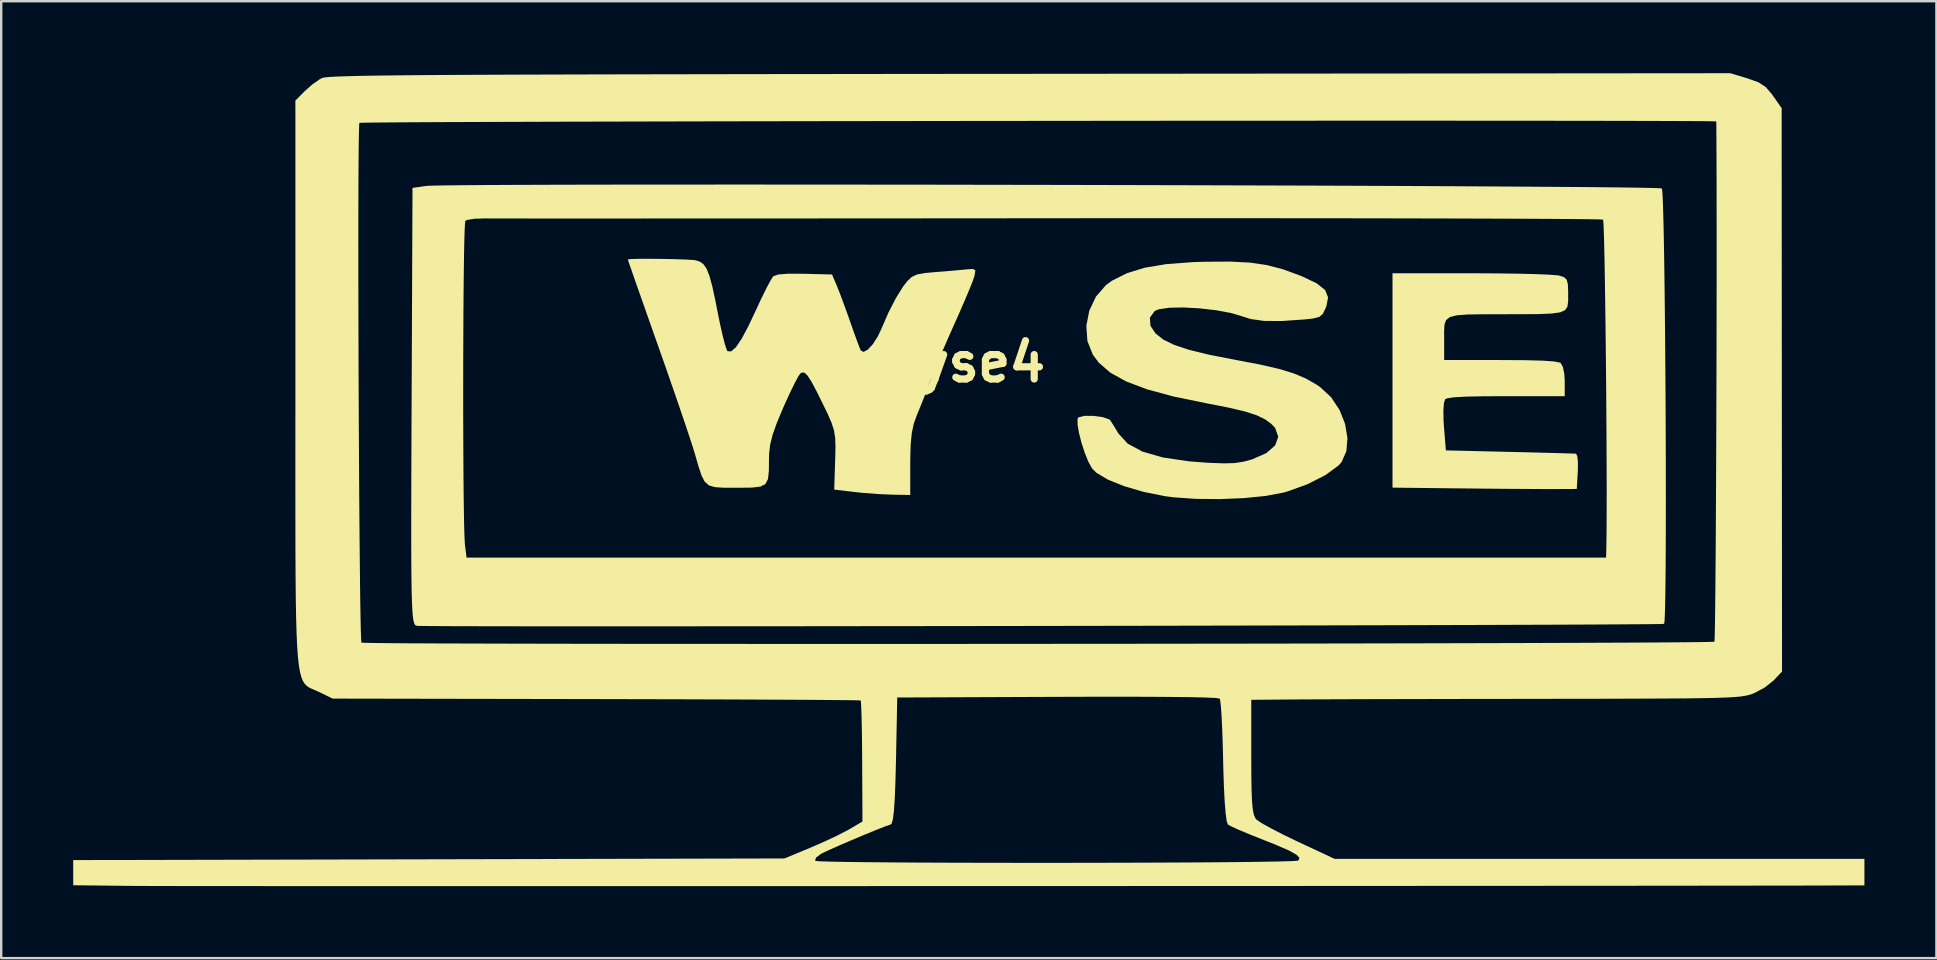
<source format=kicad_pcb>
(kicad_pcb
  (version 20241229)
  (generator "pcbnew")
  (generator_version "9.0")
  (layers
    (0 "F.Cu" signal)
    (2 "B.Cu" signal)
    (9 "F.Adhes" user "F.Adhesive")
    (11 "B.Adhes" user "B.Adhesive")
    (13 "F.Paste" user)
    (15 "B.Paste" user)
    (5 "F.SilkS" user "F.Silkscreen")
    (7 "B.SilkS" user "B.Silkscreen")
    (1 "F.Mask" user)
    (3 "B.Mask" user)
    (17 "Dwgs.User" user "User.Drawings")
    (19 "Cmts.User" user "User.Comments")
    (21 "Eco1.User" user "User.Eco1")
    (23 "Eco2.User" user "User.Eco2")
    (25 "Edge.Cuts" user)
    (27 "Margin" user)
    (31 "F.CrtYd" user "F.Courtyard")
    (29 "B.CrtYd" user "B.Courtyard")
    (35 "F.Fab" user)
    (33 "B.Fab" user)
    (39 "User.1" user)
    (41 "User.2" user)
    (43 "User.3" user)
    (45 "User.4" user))
  (footprint "Wyse4"
    (layer "F.Cu")
    (at 37.024 12.049)
    (property "Reference" "Wyse4" (at 0 0 0) (layer "F.SilkS") (effects (font (size 1.524 1.524) (thickness 0.3))))
    (attr board_only exclude_from_pos_files exclude_from_bom)
    (fp_poly (pts (xy 22.193 -3.71) (xy 23.079 -3.699) (xy 23.839 -3.681) (xy 24.428 -3.658) (xy 24.799 -3.631) (xy 24.888 -3.617) (xy 25.083 -3.551) (xy 25.193 -3.449) (xy 25.243 -3.261) (xy 25.256 -2.935) (xy 25.256 -2.825) (xy 25.255 -2.536) (xy 25.225 -2.325) (xy 25.128 -2.179) (xy 24.924 -2.087) (xy 24.574 -2.037) (xy 24.04 -2.014) (xy 23.283 -2.009) (xy 22.673 -2.008) (xy 21.754 -2.007) (xy 21.083 -1.998) (xy 20.621 -1.965) (xy 20.33 -1.892) (xy 20.17 -1.765) (xy 20.102 -1.568) (xy 20.089 -1.287) (xy 20.09 -0.992) (xy 20.09 -0.1) (xy 22.429 -0.1) (xy 23.437 -0.094) (xy 24.175 -0.075) (xy 24.661 -0.042) (xy 24.912 0.006) (xy 24.941 0.02) (xy 25.035 0.183) (xy 25.096 0.484) (xy 25.113 0.773) (xy 25.113 1.406) (xy 22.691 1.406) (xy 21.714 1.41) (xy 20.995 1.425) (xy 20.509 1.452) (xy 20.228 1.492) (xy 20.134 1.531) (xy 20.082 1.684) (xy 20.058 1.993) (xy 20.064 2.411) (xy 20.08 2.66) (xy 20.162 3.664) (xy 22.817 3.727) (xy 23.664 3.747) (xy 24.411 3.766) (xy 25.012 3.783) (xy 25.42 3.795) (xy 25.586 3.802) (xy 25.636 3.901) (xy 25.662 4.149) (xy 25.66 4.495) (xy 25.657 4.543) (xy 25.615 5.271) (xy 24.682 5.275) (xy 24.244 5.275) (xy 23.582 5.271) (xy 22.758 5.266) (xy 21.837 5.258) (xy 20.881 5.248) (xy 20.844 5.248) (xy 17.938 5.216) (xy 17.938 -3.715) (xy 21.229 -3.715)) (stroke (width 0) (type solid)) (fill yes) (layer "F.SilkS"))
    (fp_poly (pts (xy 11.998 -4.159) (xy 12.701 -4.057) (xy 13.365 -3.883) (xy 14.072 -3.625) (xy 14.184 -3.579) (xy 14.783 -3.293) (xy 15.13 -3.016) (xy 15.254 -2.711) (xy 15.183 -2.34) (xy 15.165 -2.295) (xy 15.041 -2.033) (xy 14.888 -1.895) (xy 14.614 -1.827) (xy 14.273 -1.791) (xy 13.316 -1.725) (xy 12.583 -1.73) (xy 12.027 -1.809) (xy 11.74 -1.9) (xy 11.235 -2.053) (xy 10.599 -2.173) (xy 9.905 -2.253) (xy 9.225 -2.29) (xy 8.63 -2.278) (xy 8.193 -2.213) (xy 8.034 -2.145) (xy 7.83 -1.866) (xy 7.856 -1.521) (xy 8.065 -1.209) (xy 8.384 -0.955) (xy 8.841 -0.73) (xy 9.471 -0.522) (xy 10.313 -0.317) (xy 11.404 -0.105) (xy 11.41 -0.104) (xy 12.425 0.089) (xy 13.213 0.271) (xy 13.828 0.458) (xy 14.328 0.669) (xy 14.769 0.922) (xy 14.918 1.023) (xy 15.379 1.449) (xy 15.731 1.978) (xy 15.962 2.561) (xy 16.061 3.15) (xy 16.017 3.695) (xy 15.818 4.148) (xy 15.691 4.293) (xy 15.141 4.695) (xy 14.401 5.071) (xy 13.564 5.374) (xy 13.386 5.424) (xy 12.667 5.56) (xy 11.76 5.651) (xy 10.757 5.693) (xy 9.751 5.684) (xy 8.834 5.621) (xy 8.467 5.573) (xy 7.573 5.394) (xy 6.761 5.157) (xy 6.085 4.884) (xy 5.602 4.597) (xy 5.42 4.414) (xy 5.266 4.134) (xy 5.115 3.761) (xy 4.981 3.346) (xy 4.878 2.939) (xy 4.818 2.593) (xy 4.817 2.357) (xy 4.851 2.289) (xy 5.101 2.226) (xy 5.483 2.226) (xy 5.871 2.28) (xy 6.139 2.374) (xy 6.177 2.409) (xy 6.298 2.594) (xy 6.467 2.872) (xy 6.521 2.963) (xy 6.906 3.383) (xy 7.52 3.714) (xy 8.373 3.96) (xy 9.475 4.122) (xy 10.26 4.181) (xy 10.899 4.205) (xy 11.357 4.193) (xy 11.737 4.134) (xy 12.088 4.038) (xy 12.682 3.778) (xy 13.051 3.454) (xy 13.178 3.093) (xy 13.047 2.727) (xy 12.903 2.572) (xy 12.631 2.371) (xy 12.279 2.201) (xy 11.797 2.045) (xy 11.136 1.888) (xy 10.246 1.713) (xy 10.178 1.7) (xy 8.817 1.42) (xy 7.717 1.122) (xy 6.848 0.795) (xy 6.185 0.428) (xy 5.7 0.007) (xy 5.453 -0.324) (xy 5.227 -0.894) (xy 5.183 -1.524) (xy 5.307 -2.158) (xy 5.585 -2.744) (xy 6.004 -3.226) (xy 6.245 -3.402) (xy 6.875 -3.718) (xy 7.616 -3.946) (xy 8.515 -4.096) (xy 9.621 -4.179) (xy 10.152 -4.195) (xy 11.176 -4.201)) (stroke (width 0) (type solid)) (fill yes) (layer "F.SilkS"))
    (fp_poly (pts (xy -12.419 -4.312) (xy -11.884 -4.3) (xy -11.434 -4.284) (xy -11.143 -4.263) (xy -11.103 -4.257) (xy -10.916 -4.199) (xy -10.763 -4.087) (xy -10.633 -3.894) (xy -10.515 -3.594) (xy -10.398 -3.162) (xy -10.271 -2.571) (xy -10.186 -2.14) (xy -10.076 -1.595) (xy -9.968 -1.12) (xy -9.872 -0.75) (xy -9.797 -0.523) (xy -9.765 -0.468) (xy -9.614 -0.46) (xy -9.421 -0.627) (xy -9.183 -0.976) (xy -8.896 -1.511) (xy -8.591 -2.158) (xy -8.364 -2.648) (xy -8.154 -3.074) (xy -7.983 -3.397) (xy -7.87 -3.576) (xy -7.854 -3.593) (xy -7.648 -3.664) (xy -7.221 -3.697) (xy -6.559 -3.693) (xy -5.412 -3.664) (xy -5.219 -3.213) (xy -5.102 -2.921) (xy -4.944 -2.499) (xy -4.768 -2.015) (xy -4.659 -1.707) (xy -4.502 -1.26) (xy -4.363 -0.876) (xy -4.26 -0.604) (xy -4.217 -0.502) (xy -4.099 -0.438) (xy -3.921 -0.534) (xy -3.714 -0.758) (xy -3.507 -1.079) (xy -3.359 -1.392) (xy -3.062 -2.075) (xy -2.75 -2.681) (xy -2.449 -3.164) (xy -2.282 -3.379) (xy -2.095 -3.558) (xy -1.872 -3.664) (xy -1.523 -3.726) (xy -1.109 -3.763) (xy -0.558 -3.807) (xy -0.062 -3.851) (xy 0.196 -3.877) (xy 0.469 -3.894) (xy 0.56 -3.826) (xy 0.527 -3.621) (xy 0.516 -3.582) (xy 0.443 -3.371) (xy 0.298 -3.011) (xy 0.1 -2.541) (xy -0.135 -2.003) (xy -0.295 -1.645) (xy -0.566 -1.036) (xy -0.831 -0.423) (xy -1.066 0.139) (xy -1.248 0.592) (xy -1.309 0.753) (xy -1.493 1.24) (xy -1.696 1.754) (xy -1.874 2.185) (xy -1.878 2.194) (xy -2.006 2.55) (xy -2.089 2.944) (xy -2.136 3.428) (xy -2.152 4.053) (xy -2.153 4.177) (xy -2.153 5.522) (xy -2.906 5.509) (xy -3.504 5.482) (xy -4.177 5.43) (xy -4.49 5.396) (xy -5.321 5.297) (xy -5.281 4.079) (xy -5.268 3.553) (xy -5.279 3.162) (xy -5.328 2.839) (xy -5.43 2.517) (xy -5.599 2.131) (xy -5.78 1.757) (xy -6.058 1.197) (xy -6.267 0.806) (xy -6.423 0.56) (xy -6.544 0.437) (xy -6.645 0.414) (xy -6.725 0.453) (xy -6.815 0.581) (xy -6.967 0.863) (xy -7.162 1.263) (xy -7.381 1.74) (xy -7.449 1.894) (xy -7.711 2.52) (xy -7.886 3.011) (xy -7.988 3.422) (xy -8.033 3.805) (xy -8.038 4.002) (xy -8.043 4.513) (xy -8.08 4.857) (xy -8.186 5.066) (xy -8.398 5.174) (xy -8.754 5.215) (xy -9.289 5.221) (xy -9.399 5.221) (xy -9.917 5.22) (xy -10.284 5.197) (xy -10.539 5.123) (xy -10.716 4.967) (xy -10.853 4.701) (xy -10.985 4.294) (xy -11.122 3.815) (xy -11.214 3.518) (xy -11.365 3.055) (xy -11.566 2.454) (xy -11.808 1.745) (xy -12.08 0.956) (xy -12.373 0.115) (xy -12.643 -0.65) (xy -12.932 -1.469) (xy -13.198 -2.224) (xy -13.434 -2.894) (xy -13.632 -3.457) (xy -13.783 -3.892) (xy -13.882 -4.176) (xy -13.92 -4.289) (xy -13.92 -4.29) (xy -13.789 -4.307) (xy -13.445 -4.316) (xy -12.964 -4.317)) (stroke (width 0) (type solid)) (fill yes) (layer "F.SilkS"))
    (fp_poly (pts (xy -8.212 -7.41) (xy -6.041 -7.409) (xy -3.797 -7.407) (xy -1.499 -7.405) (xy 0.836 -7.401) (xy 3.191 -7.397) (xy 5.547 -7.392) (xy 7.887 -7.386) (xy 10.193 -7.38) (xy 12.449 -7.373) (xy 14.636 -7.366) (xy 16.736 -7.358) (xy 18.733 -7.349) (xy 20.608 -7.34) (xy 22.345 -7.33) (xy 23.924 -7.32) (xy 25.33 -7.31) (xy 26.543 -7.3) (xy 27.547 -7.289) (xy 28.324 -7.277) (xy 28.857 -7.266) (xy 29.127 -7.254) (xy 29.158 -7.249) (xy 29.177 -7.139) (xy 29.195 -6.845) (xy 29.212 -6.385) (xy 29.228 -5.776) (xy 29.244 -5.036) (xy 29.258 -4.182) (xy 29.271 -3.232) (xy 29.283 -2.203) (xy 29.294 -1.112) (xy 29.303 0.023) (xy 29.311 1.185) (xy 29.317 2.356) (xy 29.322 3.519) (xy 29.324 4.657) (xy 29.325 5.753) (xy 29.324 6.788) (xy 29.321 7.745) (xy 29.316 8.608) (xy 29.308 9.359) (xy 29.298 9.979) (xy 29.286 10.453) (xy 29.272 10.762) (xy 29.254 10.89) (xy 29.253 10.891) (xy 29.104 10.897) (xy 28.686 10.903) (xy 28.016 10.908) (xy 27.111 10.914) (xy 25.989 10.92) (xy 24.668 10.926) (xy 23.164 10.931) (xy 21.495 10.937) (xy 19.679 10.942) (xy 17.733 10.948) (xy 15.675 10.953) (xy 13.522 10.958) (xy 11.291 10.963) (xy 9 10.968) (xy 6.667 10.972) (xy 4.309 10.976) (xy 1.942 10.98) (xy -0.414 10.983) (xy -2.743 10.986) (xy -5.027 10.988) (xy -7.25 10.991) (xy -9.392 10.992) (xy -11.438 10.993) (xy -13.369 10.994) (xy -15.168 10.994) (xy -16.817 10.994) (xy -18.3 10.993) (xy -19.598 10.991) (xy -20.694 10.989) (xy -21.571 10.986) (xy -22.211 10.982) (xy -22.597 10.977) (xy -22.711 10.973) (xy -22.755 10.958) (xy -22.793 10.919) (xy -22.826 10.845) (xy -22.854 10.725) (xy -22.878 10.544) (xy -22.897 10.292) (xy -22.913 9.956) (xy -22.925 9.525) (xy -22.933 8.985) (xy -22.939 8.324) (xy -22.942 7.532) (xy -22.942 6.594) (xy -22.94 5.5) (xy -22.936 4.236) (xy -22.931 2.791) (xy -22.927 1.829) (xy -22.923 0.961) (xy -20.777 0.961) (xy -20.777 1.971) (xy -20.774 2.96) (xy -20.77 3.907) (xy -20.765 4.791) (xy -20.757 5.593) (xy -20.747 6.291) (xy -20.736 6.867) (xy -20.722 7.299) (xy -20.707 7.567) (xy -20.703 7.605) (xy -20.637 8.132) (xy 26.835 8.132) (xy 26.845 7.756) (xy 26.853 7.304) (xy 26.858 6.711) (xy 26.86 5.996) (xy 26.861 5.179) (xy 26.858 4.28) (xy 26.854 3.319) (xy 26.848 2.314) (xy 26.841 1.287) (xy 26.832 0.256) (xy 26.821 -0.759) (xy 26.81 -1.738) (xy 26.797 -2.662) (xy 26.784 -3.51) (xy 26.771 -4.263) (xy 26.757 -4.902) (xy 26.743 -5.406) (xy 26.729 -5.756) (xy 26.715 -5.932) (xy 26.71 -5.949) (xy 26.557 -5.958) (xy 26.132 -5.966) (xy 25.451 -5.973) (xy 24.529 -5.98) (xy 23.381 -5.986) (xy 22.023 -5.991) (xy 20.469 -5.996) (xy 18.736 -6) (xy 16.838 -6.004) (xy 14.791 -6.006) (xy 12.61 -6.008) (xy 10.31 -6.009) (xy 7.907 -6.009) (xy 5.416 -6.008) (xy 3.722 -6.006) (xy 1.171 -6.004) (xy -1.31 -6.002) (xy -3.704 -6.001) (xy -5.996 -5.999) (xy -8.168 -5.998) (xy -10.206 -5.997) (xy -12.094 -5.997) (xy -13.815 -5.996) (xy -15.355 -5.996) (xy -16.697 -5.996) (xy -17.825 -5.996) (xy -18.723 -5.997) (xy -19.376 -5.998) (xy -19.767 -5.999) (xy -19.872 -6) (xy -20.312 -5.986) (xy -20.616 -5.935) (xy -20.687 -5.898) (xy -20.703 -5.782) (xy -20.718 -5.485) (xy -20.731 -5.027) (xy -20.743 -4.43) (xy -20.753 -3.713) (xy -20.761 -2.896) (xy -20.768 -2) (xy -20.772 -1.045) (xy -20.776 -0.052) (xy -20.777 0.961) (xy -22.923 0.961) (xy -22.889 -7.27) (xy -22.315 -7.353) (xy -22.097 -7.364) (xy -21.613 -7.374) (xy -20.881 -7.382) (xy -19.919 -7.39) (xy -18.744 -7.396) (xy -17.374 -7.401) (xy -15.827 -7.405) (xy -14.119 -7.408) (xy -12.269 -7.409) (xy -10.294 -7.41)) (stroke (width 0) (type solid)) (fill yes) (layer "F.SilkS"))
    (fp_poly (pts (xy 32.722 -11.836) (xy 33.178 -11.673) (xy 33.483 -11.477) (xy 33.744 -11.173) (xy 33.791 -11.107) (xy 34.15 -10.592) (xy 34.158 1.143) (xy 34.166 12.878) (xy 33.814 13.25) (xy 33.452 13.538) (xy 33.004 13.778) (xy 32.911 13.814) (xy 32.783 13.854) (xy 32.633 13.888) (xy 32.44 13.917) (xy 32.179 13.941) (xy 31.827 13.96) (xy 31.362 13.976) (xy 30.761 13.988) (xy 29.999 13.997) (xy 29.054 14.003) (xy 27.904 14.008) (xy 26.524 14.012) (xy 24.892 14.014) (xy 23.965 14.016) (xy 22.376 14.018) (xy 20.824 14.02) (xy 19.34 14.023) (xy 17.959 14.026) (xy 16.712 14.029) (xy 15.632 14.033) (xy 14.751 14.036) (xy 14.103 14.039) (xy 13.812 14.041) (xy 12.054 14.055) (xy 12.054 16.442) (xy 12.057 17.225) (xy 12.067 17.831) (xy 12.086 18.286) (xy 12.117 18.612) (xy 12.16 18.835) (xy 12.219 18.979) (xy 12.271 19.046) (xy 12.47 19.183) (xy 12.857 19.4) (xy 13.376 19.667) (xy 13.972 19.956) (xy 14.007 19.972) (xy 15.526 20.681) (xy 37.598 20.681) (xy 37.598 21.786) (xy 36.486 21.79) (xy 35.864 21.792) (xy 34.988 21.794) (xy 33.876 21.796) (xy 32.541 21.797) (xy 31 21.799) (xy 29.267 21.801) (xy 27.359 21.803) (xy 25.291 21.804) (xy 23.079 21.806) (xy 20.738 21.807) (xy 18.283 21.808) (xy 15.731 21.81) (xy 13.096 21.811) (xy 10.395 21.812) (xy 7.642 21.813) (xy 4.853 21.814) (xy 2.045 21.815) (xy -0.769 21.816) (xy -3.571 21.816) (xy -6.347 21.817) (xy -9.081 21.817) (xy -11.758 21.818) (xy -14.362 21.818) (xy -16.877 21.818) (xy -19.289 21.818) (xy -21.58 21.818) (xy -23.737 21.818) (xy -25.743 21.817) (xy -27.583 21.817) (xy -29.241 21.816) (xy -30.702 21.815) (xy -31.95 21.814) (xy -32.97 21.813) (xy -33.746 21.811) (xy -34.263 21.81) (xy -34.477 21.809) (xy -37.024 21.781) (xy -37.024 21.256) (xy -37.024 20.763) (xy -6.116 20.763) (xy -6.115 20.764) (xy -5.96 20.78) (xy -5.547 20.795) (xy -4.904 20.808) (xy -4.058 20.819) (xy -3.037 20.828) (xy -1.871 20.836) (xy -0.587 20.841) (xy 0.786 20.845) (xy 2.221 20.847) (xy 3.689 20.848) (xy 5.162 20.846) (xy 6.612 20.843) (xy 8.01 20.838) (xy 9.329 20.832) (xy 10.539 20.824) (xy 11.614 20.814) (xy 12.524 20.802) (xy 13.242 20.789) (xy 13.739 20.775) (xy 13.987 20.758) (xy 14.009 20.753) (xy 14.064 20.646) (xy 13.94 20.51) (xy 13.614 20.328) (xy 13.063 20.089) (xy 12.591 19.902) (xy 12.019 19.675) (xy 11.535 19.472) (xy 11.199 19.318) (xy 11.079 19.25) (xy 11.031 19.111) (xy 10.987 18.79) (xy 10.947 18.307) (xy 10.915 17.68) (xy 10.89 16.929) (xy 10.883 16.615) (xy 10.866 15.923) (xy 10.844 15.295) (xy 10.818 14.761) (xy 10.79 14.349) (xy 10.762 14.087) (xy 10.741 14.005) (xy 10.572 13.979) (xy 10.122 13.959) (xy 9.399 13.943) (xy 8.407 13.933) (xy 7.153 13.927) (xy 5.644 13.927) (xy 3.976 13.932) (xy -2.695 13.959) (xy -2.747 16.584) (xy -2.77 17.467) (xy -2.798 18.16) (xy -2.832 18.673) (xy -2.874 19.018) (xy -2.925 19.205) (xy -2.964 19.248) (xy -3.176 19.32) (xy -3.564 19.473) (xy -4.064 19.678) (xy -4.608 19.907) (xy -5.132 20.133) (xy -5.569 20.328) (xy -5.855 20.464) (xy -5.868 20.471) (xy -6.082 20.632) (xy -6.116 20.763) (xy -37.024 20.763) (xy -37.024 20.732) (xy -22.207 20.698) (xy -7.39 20.664) (xy -6.313 20.216) (xy -5.737 19.965) (xy -5.183 19.705) (xy -4.755 19.484) (xy -4.69 19.447) (xy -4.144 19.125) (xy -4.156 16.622) (xy -4.161 15.934) (xy -4.169 15.316) (xy -4.18 14.794) (xy -4.193 14.397) (xy -4.207 14.151) (xy -4.219 14.082) (xy -4.367 14.076) (xy -4.78 14.07) (xy -5.436 14.064) (xy -6.313 14.057) (xy -7.388 14.051) (xy -8.64 14.045) (xy -10.046 14.039) (xy -11.584 14.034) (xy -13.232 14.03) (xy -14.968 14.026) (xy -15.242 14.025) (xy -26.214 14.005) (xy -26.789 13.726) (xy -26.935 13.66) (xy -27.066 13.605) (xy -27.182 13.55) (xy -27.285 13.483) (xy -27.375 13.395) (xy -27.453 13.274) (xy -27.52 13.109) (xy -27.577 12.89) (xy -27.625 12.607) (xy -27.664 12.247) (xy -27.695 11.801) (xy -27.72 11.258) (xy -27.738 10.606) (xy -27.752 9.836) (xy -27.76 8.936) (xy -27.766 7.895) (xy -27.768 6.703) (xy -27.769 5.349) (xy -27.769 3.823) (xy -27.768 2.112) (xy -27.768 1.005) (xy -27.768 -4.843) (xy -25.146 -4.843) (xy -25.145 -3.702) (xy -25.143 -2.503) (xy -25.14 -1.261) (xy -25.137 0.006) (xy -25.132 1.284) (xy -25.126 2.557) (xy -25.119 3.809) (xy -25.112 5.023) (xy -25.104 6.184) (xy -25.095 7.277) (xy -25.085 8.284) (xy -25.075 9.191) (xy -25.065 9.982) (xy -25.054 10.64) (xy -25.043 11.15) (xy -25.031 11.496) (xy -25.02 11.662) (xy -25.016 11.674) (xy -24.868 11.682) (xy -24.45 11.689) (xy -23.778 11.696) (xy -22.87 11.702) (xy -21.742 11.707) (xy -20.41 11.711) (xy -18.892 11.715) (xy -17.204 11.719) (xy -15.364 11.722) (xy -13.387 11.724) (xy -11.291 11.725) (xy -9.092 11.726) (xy -6.807 11.727) (xy -4.453 11.727) (xy -2.047 11.727) (xy 0.395 11.726) (xy 2.856 11.724) (xy 5.319 11.722) (xy 7.767 11.72) (xy 10.184 11.717) (xy 12.553 11.714) (xy 14.857 11.71) (xy 17.079 11.706) (xy 19.202 11.701) (xy 21.211 11.696) (xy 23.087 11.691) (xy 24.815 11.685) (xy 26.377 11.679) (xy 27.757 11.673) (xy 28.939 11.666) (xy 29.904 11.659) (xy 30.637 11.652) (xy 31.12 11.644) (xy 31.338 11.636) (xy 31.348 11.634) (xy 31.357 11.53) (xy 31.365 11.241) (xy 31.373 10.782) (xy 31.381 10.167) (xy 31.389 9.413) (xy 31.396 8.535) (xy 31.404 7.547) (xy 31.41 6.466) (xy 31.416 5.306) (xy 31.422 4.083) (xy 31.427 2.812) (xy 31.431 1.509) (xy 31.435 0.188) (xy 31.438 -1.135) (xy 31.44 -2.445) (xy 31.442 -3.726) (xy 31.442 -4.964) (xy 31.441 -6.142) (xy 31.44 -7.246) (xy 31.437 -8.26) (xy 31.433 -9.17) (xy 31.428 -9.959) (xy 31.428 -10.04) (xy 31.287 -10.045) (xy 30.876 -10.051) (xy 30.211 -10.055) (xy 29.309 -10.059) (xy 28.188 -10.062) (xy 26.862 -10.065) (xy 25.35 -10.067) (xy 23.668 -10.069) (xy 21.832 -10.07) (xy 19.86 -10.071) (xy 17.767 -10.071) (xy 15.572 -10.071) (xy 13.289 -10.07) (xy 10.937 -10.069) (xy 8.531 -10.068) (xy 6.089 -10.066) (xy 3.627 -10.063) (xy 1.162 -10.061) (xy -1.289 -10.058) (xy -3.711 -10.054) (xy -6.085 -10.051) (xy -8.396 -10.047) (xy -10.626 -10.043) (xy -12.759 -10.038) (xy -14.779 -10.033) (xy -16.668 -10.029) (xy -18.41 -10.023) (xy -19.988 -10.018) (xy -21.385 -10.013) (xy -22.586 -10.007) (xy -23.572 -10.001) (xy -24.328 -9.995) (xy -24.836 -9.989) (xy -25.081 -9.983) (xy -25.101 -9.981) (xy -25.112 -9.875) (xy -25.121 -9.584) (xy -25.129 -9.124) (xy -25.135 -8.511) (xy -25.14 -7.76) (xy -25.143 -6.888) (xy -25.145 -5.911) (xy -25.146 -4.843) (xy -27.768 -4.843) (xy -27.768 -10.91) (xy -27.378 -11.303) (xy -27.069 -11.576) (xy -26.757 -11.795) (xy -26.66 -11.847) (xy -26.597 -11.864) (xy -26.479 -11.881) (xy -26.297 -11.896) (xy -26.037 -11.91) (xy -25.69 -11.922) (xy -25.243 -11.934) (xy -24.685 -11.945) (xy -24.005 -11.954) (xy -23.192 -11.963) (xy -22.233 -11.971) (xy -21.118 -11.978) (xy -19.836 -11.984) (xy -18.374 -11.99) (xy -16.722 -11.995) (xy -14.868 -12) (xy -12.801 -12.004) (xy -10.509 -12.008) (xy -7.981 -12.012) (xy -5.206 -12.015) (xy -2.172 -12.019) (xy 1.132 -12.022) (xy 2.84 -12.023) (xy 32.013 -12.049)) (stroke (width 0) (type solid)) (fill yes) (layer "F.SilkS")))
  (gr_rect
    (start -3 -3)
    (end 77.621 36.867)
    (stroke (width 0.1) (type default))
    (fill no)
    (layer "Edge.Cuts")))
</source>
